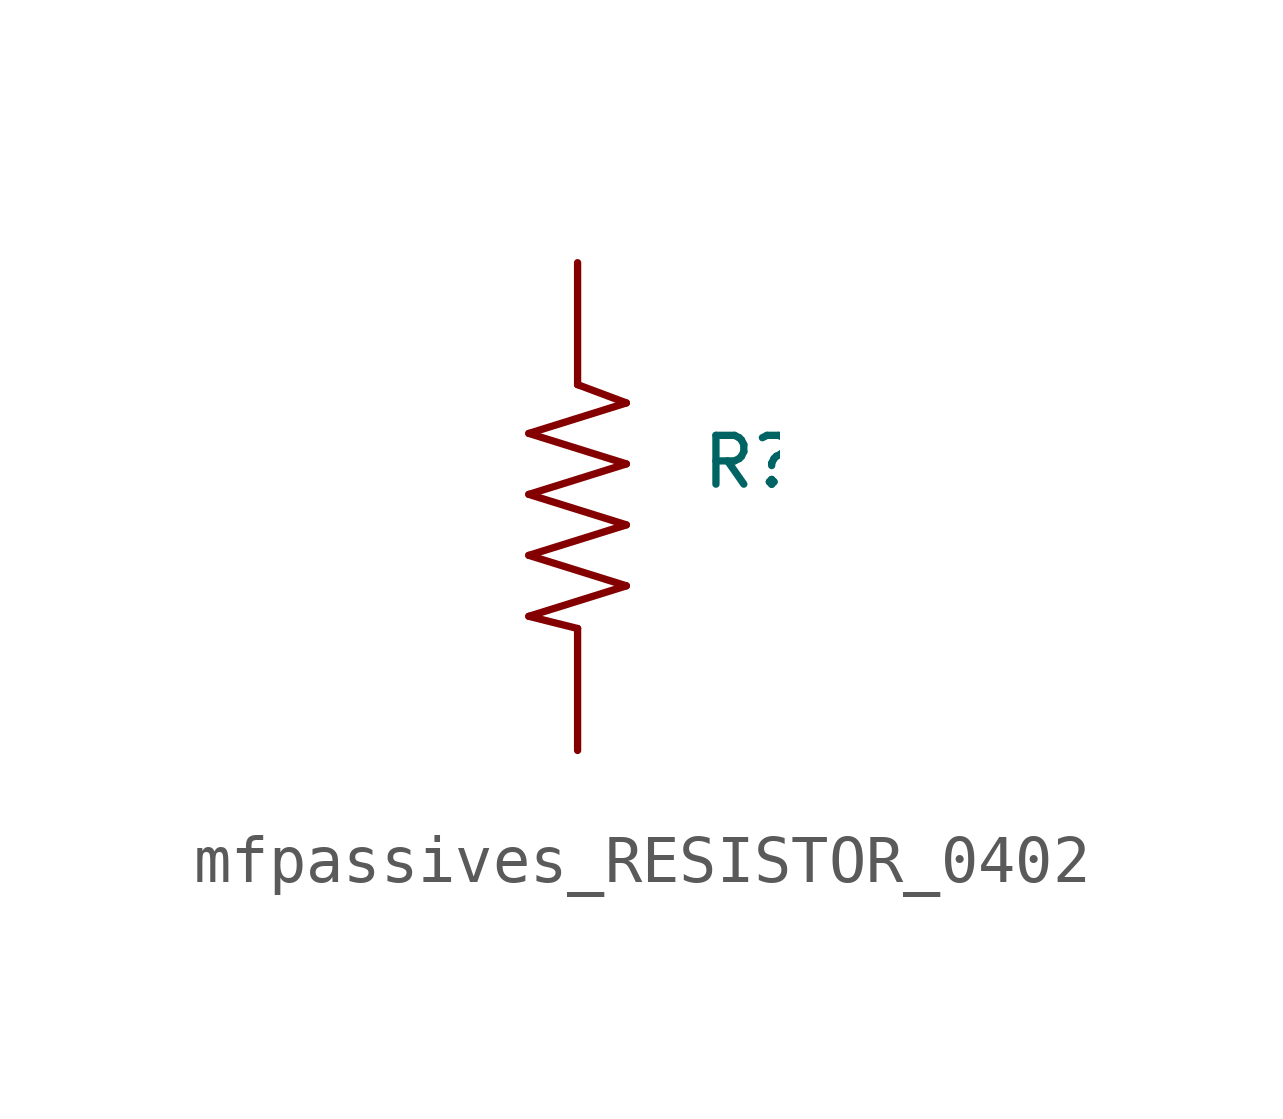
<source format=kicad_sym>
(kicad_symbol_lib
  (version 20241209)
  (generator "kicad_symbol_editor")
  (generator_version "9.0")
  (symbol "mfpassives_RESISTOR_0402"
    (property "Reference" "R"
      (at 2.54 1.524 0)
      (effects (font (size 1.016 1.016)) (justify left top)))
    (property "Value" ""
      (at 2.54 -1.524 0)
      (effects (font (size 1.016 1.016)) (justify left bottom)))
    (property "ki_locked" ""
      (at 0 0 0)
      (effects (font (size 1.27 1.27))))
    (symbol "mfpassives_RESISTOR_0402_1_0"
      (polyline (pts (xy -1.016 1.524) (xy 1.016 0.889)) (stroke (width 0.152) (type solid)) (fill (type none)))
      (polyline (pts (xy -1.016 0.254) (xy 1.016 -0.381)) (stroke (width 0.152) (type solid)) (fill (type none)))
      (polyline (pts (xy -1.016 -1.016) (xy 1.016 -1.651)) (stroke (width 0.152) (type solid)) (fill (type none)))
      (polyline (pts (xy -1.016 -2.286) (xy 0 -2.54)) (stroke (width 0.152) (type solid)) (fill (type none)))
      (polyline (pts (xy 0 2.54) (xy 1.016 2.159)) (stroke (width 0.152) (type solid)) (fill (type none)))
      (polyline (pts (xy 1.016 2.159) (xy -1.016 1.524)) (stroke (width 0.152) (type solid)) (fill (type none)))
      (polyline (pts (xy 1.016 0.889) (xy -1.016 0.254)) (stroke (width 0.152) (type solid)) (fill (type none)))
      (polyline (pts (xy 1.016 -0.381) (xy -1.016 -1.016)) (stroke (width 0.152) (type solid)) (fill (type none)))
      (polyline (pts (xy 1.016 -1.651) (xy -1.016 -2.286)) (stroke (width 0.152) (type solid)) (fill (type none)))
      (pin passive line (at 0 5.08 270) (length 2.54) (name "P$1" (effects (font (size 0 0)))) (number "P$1" (effects (font (size 0 0)))))
      (pin passive line (at 0 -5.08 90) (length 2.54) (name "P$2" (effects (font (size 0 0)))) (number "P$2" (effects (font (size 0 0))))))))
</source>
